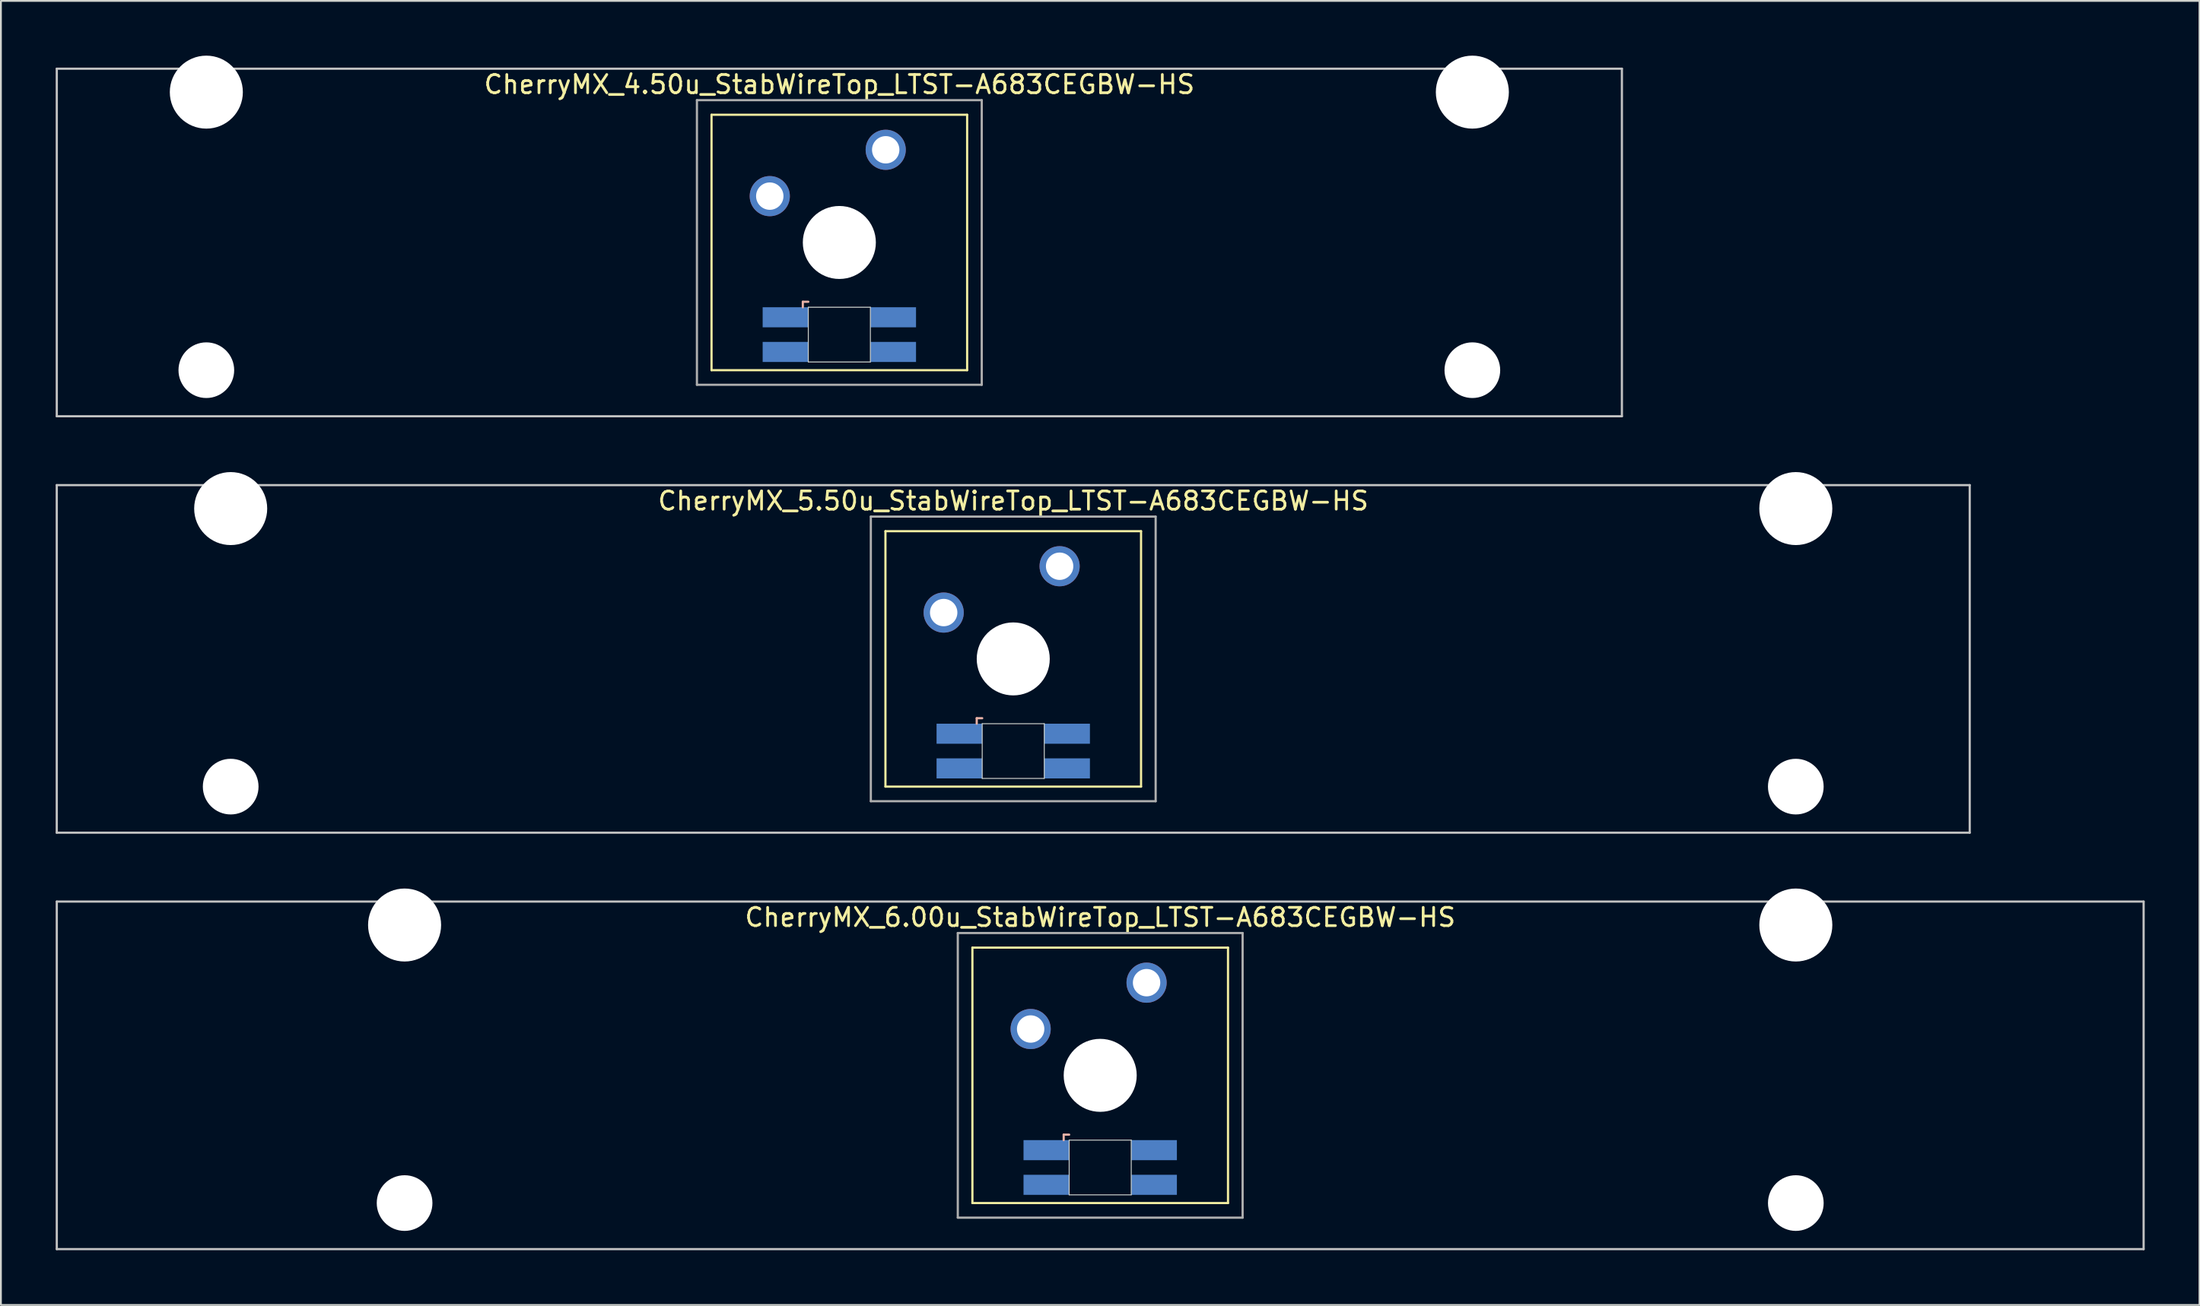
<source format=kicad_pcb>
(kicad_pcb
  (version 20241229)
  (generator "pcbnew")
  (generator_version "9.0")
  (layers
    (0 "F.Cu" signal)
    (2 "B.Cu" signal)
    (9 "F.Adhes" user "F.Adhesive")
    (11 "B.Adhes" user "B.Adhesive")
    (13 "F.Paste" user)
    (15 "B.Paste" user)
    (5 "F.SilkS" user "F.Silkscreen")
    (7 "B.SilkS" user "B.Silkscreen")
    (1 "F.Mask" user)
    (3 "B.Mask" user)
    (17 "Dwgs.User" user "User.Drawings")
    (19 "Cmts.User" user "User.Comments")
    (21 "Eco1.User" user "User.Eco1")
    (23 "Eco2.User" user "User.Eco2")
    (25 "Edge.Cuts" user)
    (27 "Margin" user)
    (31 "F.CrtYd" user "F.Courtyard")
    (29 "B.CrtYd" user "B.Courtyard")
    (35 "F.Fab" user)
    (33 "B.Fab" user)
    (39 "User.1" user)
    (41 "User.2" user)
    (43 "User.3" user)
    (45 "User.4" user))
  (footprint "CherryMX_5.50u_StabWireTop_LTST-A683CEGBW-HS"
    (layer "F.Cu")
    (at 52.447 33.065)
    (property "Reference" "CherryMX_5.50u_StabWireTop_LTST-A683CEGBW-HS" (at 0 -8.662 0) (layer "F.SilkS") (effects (font (size 1 1) (thickness 0.15))))
    (attr through_hole)
    (fp_line (start -7 -7) (end -7 7) (stroke (width 0.12) (type solid)) (layer "F.SilkS"))
    (fp_line (start -7 -7) (end 7 -7) (stroke (width 0.12) (type solid)) (layer "F.SilkS"))
    (fp_line (start 7 -7) (end 7 7) (stroke (width 0.12) (type solid)) (layer "F.SilkS"))
    (fp_line (start 7 7) (end -7 7) (stroke (width 0.12) (type solid)) (layer "F.SilkS"))
    (fp_line (start -2 3.25) (end -2 3.55) (stroke (width 0.12) (type solid)) (layer "B.SilkS"))
    (fp_line (start -1.7 3.25) (end -2 3.25) (stroke (width 0.12) (type solid)) (layer "B.SilkS"))
    (fp_line (start -52.388 -9.525) (end 52.388 -9.525) (stroke (width 0.12) (type solid)) (layer "Dwgs.User"))
    (fp_line (start -52.388 9.525) (end -52.388 -9.525) (stroke (width 0.12) (type solid)) (layer "Dwgs.User"))
    (fp_line (start 52.388 -9.525) (end 52.388 9.525) (stroke (width 0.12) (type solid)) (layer "Dwgs.User"))
    (fp_line (start 52.388 9.525) (end -52.388 9.525) (stroke (width 0.12) (type solid)) (layer "Dwgs.User"))
    (fp_line (start -1.7 3.55) (end 1.7 3.55) (stroke (width 0.05) (type solid)) (layer "Edge.Cuts"))
    (fp_line (start -1.7 6.55) (end -1.7 3.55) (stroke (width 0.05) (type solid)) (layer "Edge.Cuts"))
    (fp_line (start 1.7 3.55) (end 1.7 6.55) (stroke (width 0.05) (type solid)) (layer "Edge.Cuts"))
    (fp_line (start 1.7 6.55) (end -1.7 6.55) (stroke (width 0.05) (type solid)) (layer "Edge.Cuts"))
    (fp_line (start -7.8 -7.8) (end -7.8 7.8) (stroke (width 0.12) (type solid)) (layer "F.Fab"))
    (fp_line (start -7.8 -7.8) (end 7.8 -7.8) (stroke (width 0.12) (type solid)) (layer "F.Fab"))
    (fp_line (start -7.8 7.8) (end 7.8 7.8) (stroke (width 0.12) (type solid)) (layer "F.Fab"))
    (fp_line (start 7.8 -7.8) (end 7.8 7.8) (stroke (width 0.12) (type solid)) (layer "F.Fab"))
    (pad "" np_thru_hole circle (at -42.862 -8.24) (size 4 4) (drill 4) (layers "*.Cu" "*.Mask"))
    (pad "" np_thru_hole circle (at -42.862 7) (size 3.05 3.05) (drill 3.05) (layers "*.Cu" "*.Mask"))
    (pad "" np_thru_hole circle (at 0 0) (size 4 4) (drill 4) (layers "*.Cu" "*.Mask"))
    (pad "" np_thru_hole circle (at 42.862 -8.24) (size 4 4) (drill 4) (layers "*.Cu" "*.Mask"))
    (pad "" np_thru_hole circle (at 42.862 7) (size 3.05 3.05) (drill 3.05) (layers "*.Cu" "*.Mask"))
    (pad "1" thru_hole circle (at -3.81 -2.54) (size 2.2 2.2) (drill 1.5) (layers "*.Cu" "*.Mask"))
    (pad "2" thru_hole circle (at 2.54 -5.08) (size 2.2 2.2) (drill 1.5) (layers "*.Cu" "*.Mask"))
    (pad "3" smd rect (at -2.95 4.1) (size 2.5 1.1) (layers "B.Cu" "B.Mask" "B.Paste"))
    (pad "4" smd rect (at -2.95 6) (size 2.5 1.1) (layers "B.Cu" "B.Mask" "B.Paste"))
    (pad "5" smd rect (at 2.95 4.1) (size 2.5 1.1) (layers "B.Cu" "B.Mask" "B.Paste"))
    (pad "6" smd rect (at 2.95 6) (size 2.5 1.1) (layers "B.Cu" "B.Mask" "B.Paste")))
  (footprint "CherryMX_4.50u_StabWireTop_LTST-A683CEGBW-HS"
    (layer "F.Cu")
    (at 42.922 10.24)
    (property "Reference" "CherryMX_4.50u_StabWireTop_LTST-A683CEGBW-HS" (at 0 -8.662 0) (layer "F.SilkS") (effects (font (size 1 1) (thickness 0.15))))
    (attr through_hole)
    (fp_line (start -7 -7) (end -7 7) (stroke (width 0.12) (type solid)) (layer "F.SilkS"))
    (fp_line (start -7 -7) (end 7 -7) (stroke (width 0.12) (type solid)) (layer "F.SilkS"))
    (fp_line (start 7 -7) (end 7 7) (stroke (width 0.12) (type solid)) (layer "F.SilkS"))
    (fp_line (start 7 7) (end -7 7) (stroke (width 0.12) (type solid)) (layer "F.SilkS"))
    (fp_line (start -2 3.25) (end -2 3.55) (stroke (width 0.12) (type solid)) (layer "B.SilkS"))
    (fp_line (start -1.7 3.25) (end -2 3.25) (stroke (width 0.12) (type solid)) (layer "B.SilkS"))
    (fp_line (start -42.862 -9.525) (end 42.862 -9.525) (stroke (width 0.12) (type solid)) (layer "Dwgs.User"))
    (fp_line (start -42.862 9.525) (end -42.862 -9.525) (stroke (width 0.12) (type solid)) (layer "Dwgs.User"))
    (fp_line (start 42.862 -9.525) (end 42.862 9.525) (stroke (width 0.12) (type solid)) (layer "Dwgs.User"))
    (fp_line (start 42.862 9.525) (end -42.862 9.525) (stroke (width 0.12) (type solid)) (layer "Dwgs.User"))
    (fp_line (start -1.7 3.55) (end 1.7 3.55) (stroke (width 0.05) (type solid)) (layer "Edge.Cuts"))
    (fp_line (start -1.7 6.55) (end -1.7 3.55) (stroke (width 0.05) (type solid)) (layer "Edge.Cuts"))
    (fp_line (start 1.7 3.55) (end 1.7 6.55) (stroke (width 0.05) (type solid)) (layer "Edge.Cuts"))
    (fp_line (start 1.7 6.55) (end -1.7 6.55) (stroke (width 0.05) (type solid)) (layer "Edge.Cuts"))
    (fp_line (start -7.8 -7.8) (end -7.8 7.8) (stroke (width 0.12) (type solid)) (layer "F.Fab"))
    (fp_line (start -7.8 -7.8) (end 7.8 -7.8) (stroke (width 0.12) (type solid)) (layer "F.Fab"))
    (fp_line (start -7.8 7.8) (end 7.8 7.8) (stroke (width 0.12) (type solid)) (layer "F.Fab"))
    (fp_line (start 7.8 -7.8) (end 7.8 7.8) (stroke (width 0.12) (type solid)) (layer "F.Fab"))
    (pad "" np_thru_hole circle (at -34.671 -8.24) (size 4 4) (drill 4) (layers "*.Cu" "*.Mask"))
    (pad "" np_thru_hole circle (at -34.671 7) (size 3.05 3.05) (drill 3.05) (layers "*.Cu" "*.Mask"))
    (pad "" np_thru_hole circle (at 0 0) (size 4 4) (drill 4) (layers "*.Cu" "*.Mask"))
    (pad "" np_thru_hole circle (at 34.671 -8.24) (size 4 4) (drill 4) (layers "*.Cu" "*.Mask"))
    (pad "" np_thru_hole circle (at 34.671 7) (size 3.05 3.05) (drill 3.05) (layers "*.Cu" "*.Mask"))
    (pad "1" thru_hole circle (at -3.81 -2.54) (size 2.2 2.2) (drill 1.5) (layers "*.Cu" "*.Mask"))
    (pad "2" thru_hole circle (at 2.54 -5.08) (size 2.2 2.2) (drill 1.5) (layers "*.Cu" "*.Mask"))
    (pad "3" smd rect (at -2.95 4.1) (size 2.5 1.1) (layers "B.Cu" "B.Mask" "B.Paste"))
    (pad "4" smd rect (at -2.95 6) (size 2.5 1.1) (layers "B.Cu" "B.Mask" "B.Paste"))
    (pad "5" smd rect (at 2.95 4.1) (size 2.5 1.1) (layers "B.Cu" "B.Mask" "B.Paste"))
    (pad "6" smd rect (at 2.95 6) (size 2.5 1.1) (layers "B.Cu" "B.Mask" "B.Paste")))
  (footprint "CherryMX_6.00u_StabWireTop_LTST-A683CEGBW-HS"
    (layer "F.Cu")
    (at 57.21 55.89)
    (property "Reference" "CherryMX_6.00u_StabWireTop_LTST-A683CEGBW-HS" (at 0 -8.662 0) (layer "F.SilkS") (effects (font (size 1 1) (thickness 0.15))))
    (attr through_hole)
    (fp_line (start -7 -7) (end -7 7) (stroke (width 0.12) (type solid)) (layer "F.SilkS"))
    (fp_line (start -7 -7) (end 7 -7) (stroke (width 0.12) (type solid)) (layer "F.SilkS"))
    (fp_line (start 7 -7) (end 7 7) (stroke (width 0.12) (type solid)) (layer "F.SilkS"))
    (fp_line (start 7 7) (end -7 7) (stroke (width 0.12) (type solid)) (layer "F.SilkS"))
    (fp_line (start -2 3.25) (end -2 3.55) (stroke (width 0.12) (type solid)) (layer "B.SilkS"))
    (fp_line (start -1.7 3.25) (end -2 3.25) (stroke (width 0.12) (type solid)) (layer "B.SilkS"))
    (fp_line (start -57.15 -9.525) (end 57.15 -9.525) (stroke (width 0.12) (type solid)) (layer "Dwgs.User"))
    (fp_line (start -57.15 9.525) (end -57.15 -9.525) (stroke (width 0.12) (type solid)) (layer "Dwgs.User"))
    (fp_line (start 57.15 -9.525) (end 57.15 9.525) (stroke (width 0.12) (type solid)) (layer "Dwgs.User"))
    (fp_line (start 57.15 9.525) (end -57.15 9.525) (stroke (width 0.12) (type solid)) (layer "Dwgs.User"))
    (fp_line (start -1.7 3.55) (end 1.7 3.55) (stroke (width 0.05) (type solid)) (layer "Edge.Cuts"))
    (fp_line (start -1.7 6.55) (end -1.7 3.55) (stroke (width 0.05) (type solid)) (layer "Edge.Cuts"))
    (fp_line (start 1.7 3.55) (end 1.7 6.55) (stroke (width 0.05) (type solid)) (layer "Edge.Cuts"))
    (fp_line (start 1.7 6.55) (end -1.7 6.55) (stroke (width 0.05) (type solid)) (layer "Edge.Cuts"))
    (fp_line (start -7.8 -7.8) (end -7.8 7.8) (stroke (width 0.12) (type solid)) (layer "F.Fab"))
    (fp_line (start -7.8 -7.8) (end 7.8 -7.8) (stroke (width 0.12) (type solid)) (layer "F.Fab"))
    (fp_line (start -7.8 7.8) (end 7.8 7.8) (stroke (width 0.12) (type solid)) (layer "F.Fab"))
    (fp_line (start 7.8 -7.8) (end 7.8 7.8) (stroke (width 0.12) (type solid)) (layer "F.Fab"))
    (pad "" np_thru_hole circle (at -38.1 -8.24) (size 4 4) (drill 4) (layers "*.Cu" "*.Mask"))
    (pad "" np_thru_hole circle (at -38.1 7) (size 3.05 3.05) (drill 3.05) (layers "*.Cu" "*.Mask"))
    (pad "" np_thru_hole circle (at 0 0) (size 4 4) (drill 4) (layers "*.Cu" "*.Mask"))
    (pad "" np_thru_hole circle (at 38.1 -8.24) (size 4 4) (drill 4) (layers "*.Cu" "*.Mask"))
    (pad "" np_thru_hole circle (at 38.1 7) (size 3.05 3.05) (drill 3.05) (layers "*.Cu" "*.Mask"))
    (pad "1" thru_hole circle (at -3.81 -2.54) (size 2.2 2.2) (drill 1.5) (layers "*.Cu" "*.Mask"))
    (pad "2" thru_hole circle (at 2.54 -5.08) (size 2.2 2.2) (drill 1.5) (layers "*.Cu" "*.Mask"))
    (pad "3" smd rect (at -2.95 4.1) (size 2.5 1.1) (layers "B.Cu" "B.Mask" "B.Paste"))
    (pad "4" smd rect (at -2.95 6) (size 2.5 1.1) (layers "B.Cu" "B.Mask" "B.Paste"))
    (pad "5" smd rect (at 2.95 4.1) (size 2.5 1.1) (layers "B.Cu" "B.Mask" "B.Paste"))
    (pad "6" smd rect (at 2.95 6) (size 2.5 1.1) (layers "B.Cu" "B.Mask" "B.Paste")))
  (gr_rect
    (start -3 -3)
    (end 117.42 68.475)
    (stroke (width 0.1) (type default))
    (fill no)
    (layer "Edge.Cuts")))
</source>
